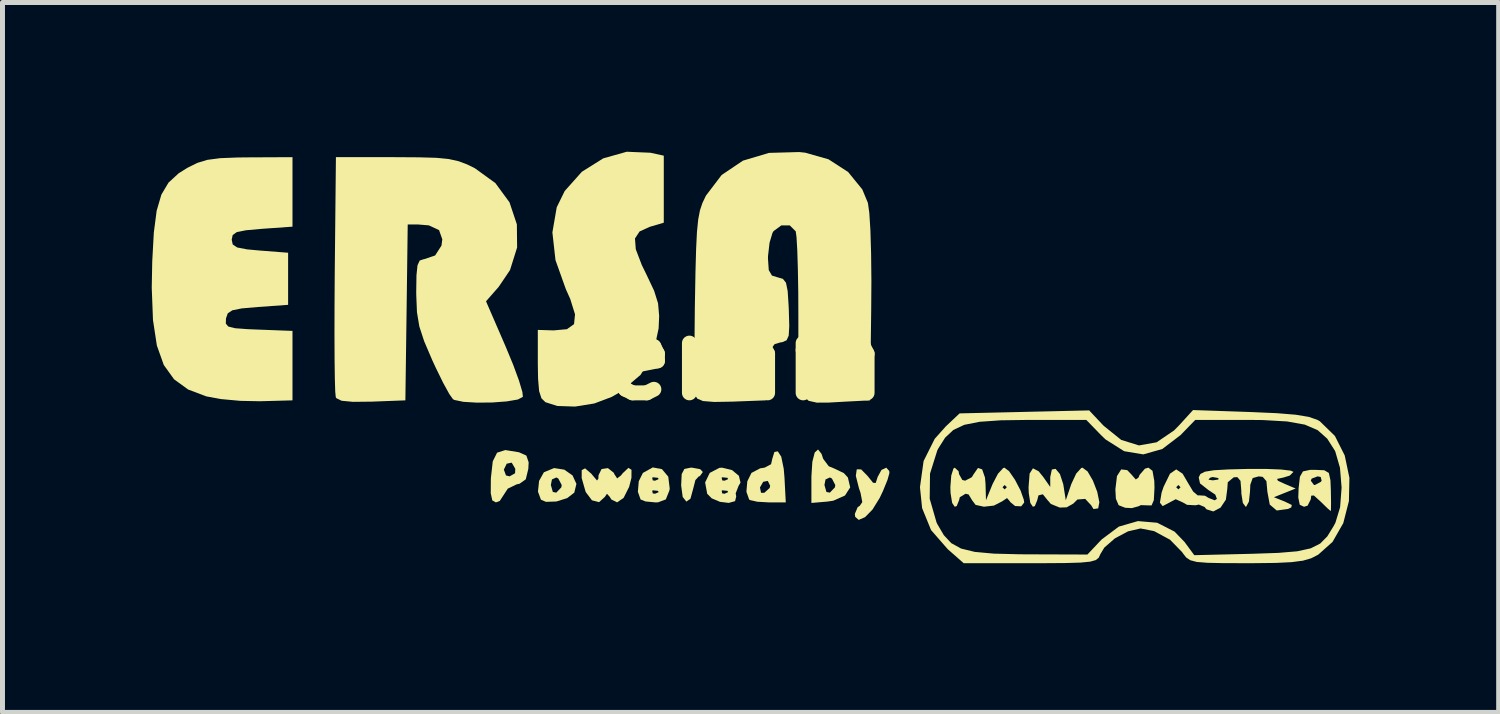
<source format=kicad_pcb>
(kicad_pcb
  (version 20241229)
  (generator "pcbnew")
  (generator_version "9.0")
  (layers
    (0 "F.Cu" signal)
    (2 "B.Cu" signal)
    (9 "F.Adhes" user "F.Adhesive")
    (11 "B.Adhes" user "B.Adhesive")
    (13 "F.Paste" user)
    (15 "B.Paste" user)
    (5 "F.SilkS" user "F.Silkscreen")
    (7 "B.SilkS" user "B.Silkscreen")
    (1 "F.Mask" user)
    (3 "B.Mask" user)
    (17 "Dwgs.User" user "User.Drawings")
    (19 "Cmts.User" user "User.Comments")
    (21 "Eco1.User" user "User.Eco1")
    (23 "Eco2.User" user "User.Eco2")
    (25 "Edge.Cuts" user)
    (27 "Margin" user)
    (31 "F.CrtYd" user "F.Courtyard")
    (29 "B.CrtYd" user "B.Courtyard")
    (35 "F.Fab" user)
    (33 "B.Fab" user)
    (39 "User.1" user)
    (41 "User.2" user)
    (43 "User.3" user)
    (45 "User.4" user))
  (footprint "erhm"
    (layer "F.Cu")
    (at 11.95 4.168)
    (property "Reference" "erhm" (at 0 0 0) (layer "F.SilkS") (effects (font (size 1.5 1.5) (thickness 0.3))))
    (attr board_only exclude_from_pos_files exclude_from_bom)
    (fp_poly (pts (xy -0.927 2.212) (xy -0.873 2.269) (xy -0.935 2.354) (xy -0.954 2.357) (xy -1.023 2.432) (xy -1.063 2.59) (xy -1.122 2.806) (xy -1.204 2.864) (xy -1.278 2.771) (xy -1.309 2.539) (xy -1.298 2.311) (xy -1.244 2.208) (xy -1.118 2.182) (xy -1.091 2.182)) (stroke (width 0) (type solid)) (fill yes) (layer "F.SilkS"))
    (fp_poly (pts (xy 8.165 2.245) (xy 8.201 2.447) (xy 8.205 2.584) (xy 8.192 2.834) (xy 8.147 2.94) (xy 8.085 2.94) (xy 7.93 2.935) (xy 7.888 2.957) (xy 7.749 2.995) (xy 7.616 2.988) (xy 7.485 2.937) (xy 7.429 2.807) (xy 7.419 2.618) (xy 7.451 2.351) (xy 7.536 2.217) (xy 7.656 2.231) (xy 7.736 2.313) (xy 7.829 2.419) (xy 7.883 2.382) (xy 7.906 2.326) (xy 8.014 2.202) (xy 8.083 2.182)) (stroke (width 0) (type solid)) (fill yes) (layer "F.SilkS"))
    (fp_poly (pts (xy -3.658 2.222) (xy -3.492 2.338) (xy -3.414 2.508) (xy -3.457 2.684) (xy -3.6 2.794) (xy -3.817 2.862) (xy -4.026 2.869) (xy -4.127 2.826) (xy -4.187 2.664) (xy -4.173 2.531) (xy -3.928 2.531) (xy -3.888 2.67) (xy -3.819 2.684) (xy -3.717 2.577) (xy -3.71 2.531) (xy -3.778 2.4) (xy -3.819 2.379) (xy -3.906 2.419) (xy -3.928 2.531) (xy -4.173 2.531) (xy -4.165 2.449) (xy -4.071 2.28) (xy -4.064 2.273) (xy -3.863 2.19)) (stroke (width 0) (type solid)) (fill yes) (layer "F.SilkS"))
    (fp_poly (pts (xy 2.874 2.249) (xy 2.877 2.291) (xy 2.838 2.429) (xy 2.745 2.657) (xy 2.68 2.793) (xy 2.537 3.024) (xy 2.387 3.177) (xy 2.26 3.232) (xy 2.189 3.17) (xy 2.182 3.112) (xy 2.239 2.976) (xy 2.281 2.949) (xy 2.332 2.874) (xy 2.297 2.69) (xy 2.265 2.595) (xy 2.202 2.347) (xy 2.221 2.215) (xy 2.309 2.217) (xy 2.437 2.347) (xy 2.549 2.486) (xy 2.602 2.489) (xy 2.641 2.368) (xy 2.717 2.228) (xy 2.814 2.182)) (stroke (width 0) (type solid)) (fill yes) (layer "F.SilkS"))
    (fp_poly (pts (xy 1.513 1.905) (xy 1.545 2.003) (xy 1.658 2.154) (xy 1.768 2.199) (xy 1.962 2.292) (xy 2.042 2.379) (xy 2.089 2.578) (xy 1.984 2.742) (xy 1.749 2.846) (xy 1.628 2.864) (xy 1.309 2.891) (xy 1.309 2.531) (xy 1.571 2.531) (xy 1.611 2.67) (xy 1.68 2.684) (xy 1.782 2.577) (xy 1.789 2.531) (xy 1.721 2.4) (xy 1.68 2.379) (xy 1.593 2.419) (xy 1.571 2.531) (xy 1.309 2.531) (xy 1.309 2.362) (xy 1.328 2.064) (xy 1.376 1.877) (xy 1.442 1.817)) (stroke (width 0) (type solid)) (fill yes) (layer "F.SilkS"))
    (fp_poly (pts (xy 0.703 1.961) (xy 0.753 2.205) (xy 0.768 2.385) (xy 0.794 2.88) (xy 0.455 2.88) (xy 0.223 2.867) (xy 0.074 2.833) (xy 0.058 2.822) (xy 0.003 2.667) (xy 0.01 2.58) (xy 0.275 2.58) (xy 0.297 2.687) (xy 0.363 2.687) (xy 0.47 2.59) (xy 0.48 2.546) (xy 0.433 2.448) (xy 0.34 2.466) (xy 0.275 2.58) (xy 0.01 2.58) (xy 0.021 2.456) (xy 0.104 2.288) (xy 0.105 2.287) (xy 0.28 2.195) (xy 0.367 2.182) (xy 0.498 2.113) (xy 0.524 2) (xy 0.565 1.867) (xy 0.633 1.854)) (stroke (width 0) (type solid)) (fill yes) (layer "F.SilkS"))
    (fp_poly (pts (xy -4.571 1.872) (xy -4.57 1.872) (xy -4.42 1.939) (xy -4.374 2.075) (xy -4.381 2.207) (xy -4.432 2.416) (xy -4.557 2.505) (xy -4.614 2.517) (xy -4.793 2.603) (xy -4.865 2.713) (xy -4.955 2.851) (xy -5.033 2.88) (xy -5.105 2.84) (xy -5.136 2.697) (xy -5.134 2.417) (xy -5.132 2.379) (xy -5.114 2.221) (xy -4.873 2.221) (xy -4.83 2.338) (xy -4.757 2.357) (xy -4.647 2.294) (xy -4.643 2.204) (xy -4.715 2.081) (xy -4.815 2.102) (xy -4.873 2.221) (xy -5.114 2.221) (xy -5.096 2.056) (xy -5.009 1.881) (xy -4.843 1.828)) (stroke (width 0) (type solid)) (fill yes) (layer "F.SilkS"))
    (fp_poly (pts (xy -2.307 2.225) (xy -2.308 2.387) (xy -2.355 2.569) (xy -2.466 2.79) (xy -2.596 2.879) (xy -2.713 2.821) (xy -2.742 2.771) (xy -2.8 2.707) (xy -2.844 2.771) (xy -2.959 2.875) (xy -3.102 2.838) (xy -3.224 2.676) (xy -3.232 2.657) (xy -3.308 2.392) (xy -3.308 2.232) (xy -3.24 2.196) (xy -3.113 2.305) (xy -3.089 2.335) (xy -3 2.44) (xy -2.973 2.403) (xy -2.97 2.335) (xy -2.909 2.21) (xy -2.781 2.191) (xy -2.665 2.283) (xy -2.649 2.316) (xy -2.595 2.398) (xy -2.517 2.337) (xy -2.484 2.294) (xy -2.369 2.186)) (stroke (width 0) (type solid)) (fill yes) (layer "F.SilkS"))
    (fp_poly (pts (xy -1.695 2.212) (xy -1.568 2.363) (xy -1.539 2.602) (xy -1.545 2.64) (xy -1.617 2.82) (xy -1.774 2.879) (xy -1.829 2.88) (xy -2.025 2.861) (xy -2.124 2.822) (xy -2.179 2.667) (xy -2.177 2.648) (xy -1.891 2.648) (xy -1.879 2.7) (xy -1.833 2.706) (xy -1.761 2.674) (xy -1.775 2.648) (xy -1.878 2.637) (xy -1.891 2.648) (xy -2.177 2.648) (xy -2.161 2.456) (xy -2.127 2.386) (xy -1.891 2.386) (xy -1.879 2.438) (xy -1.833 2.444) (xy -1.761 2.412) (xy -1.775 2.386) (xy -1.878 2.375) (xy -1.891 2.386) (xy -2.127 2.386) (xy -2.078 2.288) (xy -2.077 2.287) (xy -1.879 2.177)) (stroke (width 0) (type solid)) (fill yes) (layer "F.SilkS"))
    (fp_poly (pts (xy -0.286 2.231) (xy -0.148 2.346) (xy -0.116 2.483) (xy -0.154 2.546) (xy -0.213 2.699) (xy -0.202 2.76) (xy -0.225 2.855) (xy -0.352 2.89) (xy -0.528 2.869) (xy -0.694 2.799) (xy -0.786 2.706) (xy -0.796 2.648) (xy -0.495 2.648) (xy -0.483 2.7) (xy -0.436 2.706) (xy -0.365 2.674) (xy -0.378 2.648) (xy -0.482 2.637) (xy -0.495 2.648) (xy -0.796 2.648) (xy -0.827 2.479) (xy -0.782 2.386) (xy -0.495 2.386) (xy -0.483 2.438) (xy -0.436 2.444) (xy -0.365 2.412) (xy -0.378 2.386) (xy -0.482 2.375) (xy -0.495 2.386) (xy -0.782 2.386) (xy -0.734 2.287) (xy -0.541 2.186) (xy -0.488 2.182)) (stroke (width 0) (type solid)) (fill yes) (layer "F.SilkS"))
    (fp_poly (pts (xy 11.618 2.234) (xy 11.709 2.288) (xy 11.742 2.436) (xy 11.75 2.64) (xy 11.754 2.882) (xy 11.752 3.032) (xy 11.748 3.055) (xy 11.685 3.001) (xy 11.549 2.869) (xy 11.541 2.861) (xy 11.408 2.741) (xy 11.355 2.745) (xy 11.347 2.817) (xy 11.283 2.945) (xy 11.211 2.968) (xy 11.125 2.928) (xy 11.095 2.782) (xy 11.102 2.597) (xy 11.119 2.444) (xy 11.347 2.444) (xy 11.41 2.529) (xy 11.429 2.531) (xy 11.547 2.468) (xy 11.565 2.444) (xy 11.546 2.369) (xy 11.483 2.357) (xy 11.364 2.402) (xy 11.347 2.444) (xy 11.119 2.444) (xy 11.128 2.364) (xy 11.189 2.257) (xy 11.328 2.227) (xy 11.434 2.226)) (stroke (width 0) (type solid)) (fill yes) (layer "F.SilkS"))
    (fp_poly (pts (xy 6.86 2.258) (xy 6.967 2.441) (xy 7.055 2.669) (xy 7.097 2.877) (xy 7.073 3) (xy 6.979 3.014) (xy 6.933 2.939) (xy 6.813 2.81) (xy 6.656 2.822) (xy 6.573 2.904) (xy 6.441 2.979) (xy 6.301 2.984) (xy 6.123 2.912) (xy 6.052 2.83) (xy 5.961 2.717) (xy 5.873 2.739) (xy 5.848 2.837) (xy 5.801 2.953) (xy 5.761 2.968) (xy 5.709 2.89) (xy 5.678 2.692) (xy 5.674 2.575) (xy 5.695 2.301) (xy 5.762 2.195) (xy 5.877 2.255) (xy 5.974 2.376) (xy 6.11 2.57) (xy 6.11 2.369) (xy 6.142 2.219) (xy 6.217 2.206) (xy 6.304 2.31) (xy 6.37 2.51) (xy 6.375 2.538) (xy 6.422 2.837) (xy 6.534 2.509) (xy 6.631 2.302) (xy 6.733 2.189) (xy 6.758 2.182)) (stroke (width 0) (type solid)) (fill yes) (layer "F.SilkS"))
    (fp_poly (pts (xy -1.927 -4.148) (xy -1.658 -4.089) (xy -1.658 -3.415) (xy -1.658 -2.742) (xy -1.942 -2.658) (xy -2.144 -2.566) (xy -2.237 -2.425) (xy -2.221 -2.208) (xy -2.099 -1.889) (xy -2.005 -1.697) (xy -1.852 -1.373) (xy -1.773 -1.121) (xy -1.751 -0.866) (xy -1.762 -0.617) (xy -1.871 -0.105) (xy -2.124 0.316) (xy -2.527 0.658) (xy -2.705 0.76) (xy -3.055 0.892) (xy -3.442 0.954) (xy -3.799 0.942) (xy -4.037 0.866) (xy -4.117 0.788) (xy -4.164 0.642) (xy -4.185 0.392) (xy -4.19 0.095) (xy -4.19 -0.587) (xy -3.874 -0.577) (xy -3.605 -0.601) (xy -3.462 -0.703) (xy -3.442 -0.9) (xy -3.538 -1.208) (xy -3.626 -1.404) (xy -3.835 -1.99) (xy -3.897 -2.547) (xy -3.81 -3.051) (xy -3.65 -3.378) (xy -3.304 -3.766) (xy -2.875 -4.035) (xy -2.402 -4.168)) (stroke (width 0) (type solid)) (fill yes) (layer "F.SilkS"))
    (fp_poly (pts (xy 5.282 2.253) (xy 5.401 2.426) (xy 5.512 2.638) (xy 5.579 2.828) (xy 5.586 2.883) (xy 5.526 2.959) (xy 5.403 2.953) (xy 5.304 2.871) (xy 5.299 2.859) (xy 5.241 2.793) (xy 5.143 2.859) (xy 4.978 2.944) (xy 4.777 2.967) (xy 4.609 2.93) (xy 4.539 2.837) (xy 4.469 2.721) (xy 4.408 2.706) (xy 4.292 2.776) (xy 4.277 2.837) (xy 4.23 2.953) (xy 4.19 2.968) (xy 4.138 2.89) (xy 4.106 2.692) (xy 4.102 2.575) (xy 4.12 2.341) (xy 4.164 2.2) (xy 4.19 2.182) (xy 4.267 2.253) (xy 4.277 2.313) (xy 4.342 2.429) (xy 4.399 2.444) (xy 4.533 2.374) (xy 4.57 2.313) (xy 4.657 2.188) (xy 4.741 2.216) (xy 4.798 2.38) (xy 4.809 2.509) (xy 4.818 2.837) (xy 4.925 2.575) (xy 5.15 2.575) (xy 5.193 2.619) (xy 5.237 2.575) (xy 5.193 2.531) (xy 5.15 2.575) (xy 4.925 2.575) (xy 4.952 2.509) (xy 5.059 2.304) (xy 5.164 2.19) (xy 5.189 2.182)) (stroke (width 0) (type solid)) (fill yes) (layer "F.SilkS"))
    (fp_poly (pts (xy -9.121 -3.36) (xy -9.121 -2.662) (xy -9.732 -2.619) (xy -10.055 -2.59) (xy -10.24 -2.553) (xy -10.323 -2.494) (xy -10.343 -2.4) (xy -10.343 -2.4) (xy -10.322 -2.304) (xy -10.233 -2.244) (xy -10.037 -2.206) (xy -9.776 -2.182) (xy -9.209 -2.138) (xy -9.209 -1.615) (xy -9.209 -1.091) (xy -9.82 -1.047) (xy -10.143 -1.019) (xy -10.33 -0.981) (xy -10.422 -0.92) (xy -10.457 -0.82) (xy -10.458 -0.811) (xy -10.461 -0.714) (xy -10.412 -0.655) (xy -10.278 -0.621) (xy -10.024 -0.602) (xy -9.803 -0.593) (xy -9.121 -0.567) (xy -9.121 0.131) (xy -9.121 0.829) (xy -9.776 0.847) (xy -10.171 0.839) (xy -10.563 0.803) (xy -10.854 0.749) (xy -11.219 0.611) (xy -11.501 0.406) (xy -11.708 0.118) (xy -11.847 -0.273) (xy -11.925 -0.785) (xy -11.95 -1.435) (xy -11.94 -1.964) (xy -11.908 -2.545) (xy -11.851 -2.983) (xy -11.756 -3.307) (xy -11.613 -3.547) (xy -11.41 -3.734) (xy -11.235 -3.844) (xy -11.036 -3.943) (xy -10.832 -4.005) (xy -10.573 -4.039) (xy -10.211 -4.053) (xy -9.994 -4.055) (xy -9.121 -4.059)) (stroke (width 0) (type solid)) (fill yes) (layer "F.SilkS"))
    (fp_poly (pts (xy -6.582 -4.056) (xy -6.231 -4.046) (xy -5.978 -4.021) (xy -5.783 -3.978) (xy -5.606 -3.911) (xy -5.456 -3.837) (xy -5.043 -3.538) (xy -4.759 -3.151) (xy -4.611 -2.708) (xy -4.606 -2.244) (xy -4.749 -1.789) (xy -4.976 -1.453) (xy -5.231 -1.162) (xy -4.839 -0.258) (xy -4.685 0.114) (xy -4.568 0.433) (xy -4.5 0.662) (xy -4.49 0.759) (xy -4.591 0.812) (xy -4.813 0.85) (xy -5.105 0.872) (xy -5.413 0.875) (xy -5.684 0.859) (xy -5.867 0.821) (xy -5.895 0.806) (xy -5.969 0.702) (xy -6.092 0.478) (xy -6.241 0.174) (xy -6.31 0.025) (xy -6.474 -0.358) (xy -6.572 -0.658) (xy -6.619 -0.943) (xy -6.633 -1.283) (xy -6.634 -1.35) (xy -6.629 -1.687) (xy -6.608 -1.886) (xy -6.564 -1.981) (xy -6.488 -2.007) (xy -6.477 -2.008) (xy -6.254 -2.083) (xy -6.126 -2.282) (xy -6.11 -2.408) (xy -6.175 -2.593) (xy -6.379 -2.688) (xy -6.595 -2.706) (xy -6.805 -2.706) (xy -6.828 -0.938) (xy -6.852 0.829) (xy -7.53 0.855) (xy -7.906 0.859) (xy -8.135 0.837) (xy -8.241 0.784) (xy -8.251 0.766) (xy -8.262 0.651) (xy -8.27 0.386) (xy -8.275 -0.006) (xy -8.277 -0.5) (xy -8.276 -1.073) (xy -8.272 -1.701) (xy -8.272 -1.703) (xy -8.248 -4.059) (xy -7.068 -4.059)) (stroke (width 0) (type solid)) (fill yes) (layer "F.SilkS"))
    (fp_poly (pts (xy 1.185 -4.149) (xy 1.653 -4.016) (xy 2.047 -3.761) (xy 2.332 -3.411) (xy 2.445 -3.139) (xy 2.473 -2.939) (xy 2.495 -2.592) (xy 2.509 -2.126) (xy 2.515 -1.57) (xy 2.511 -0.988) (xy 2.488 0.829) (xy 1.968 0.856) (xy 1.653 0.874) (xy 1.419 0.875) (xy 1.255 0.839) (xy 1.147 0.743) (xy 1.085 0.565) (xy 1.055 0.283) (xy 1.047 -0.124) (xy 1.047 -0.68) (xy 1.047 -0.824) (xy 1.045 -1.343) (xy 1.037 -1.808) (xy 1.025 -2.188) (xy 1.01 -2.452) (xy 0.994 -2.568) (xy 0.875 -2.687) (xy 0.704 -2.687) (xy 0.549 -2.573) (xy 0.527 -2.537) (xy 0.468 -2.34) (xy 0.437 -2.072) (xy 0.436 -2.019) (xy 0.452 -1.789) (xy 0.516 -1.679) (xy 0.633 -1.643) (xy 0.736 -1.613) (xy 0.798 -1.535) (xy 0.832 -1.369) (xy 0.851 -1.076) (xy 0.855 -0.989) (xy 0.864 -0.663) (xy 0.853 -0.473) (xy 0.811 -0.379) (xy 0.728 -0.342) (xy 0.68 -0.334) (xy 0.57 -0.301) (xy 0.504 -0.213) (xy 0.464 -0.03) (xy 0.436 0.262) (xy 0.393 0.829) (xy -0.285 0.855) (xy -0.647 0.861) (xy -0.869 0.843) (xy -0.982 0.796) (xy -1.012 0.753) (xy -1.025 0.63) (xy -1.034 0.361) (xy -1.039 -0.026) (xy -1.039 -0.501) (xy -1.034 -1.038) (xy -1.032 -1.149) (xy -1.021 -1.757) (xy -1.008 -2.218) (xy -0.991 -2.559) (xy -0.966 -2.807) (xy -0.931 -2.99) (xy -0.882 -3.136) (xy -0.818 -3.271) (xy -0.809 -3.288) (xy -0.495 -3.701) (xy -0.067 -3.989) (xy 0.457 -4.145) (xy 1.064 -4.162)) (stroke (width 0) (type solid)) (fill yes) (layer "F.SilkS"))
    (fp_poly (pts (xy 10.748 2.219) (xy 10.944 2.242) (xy 10.998 2.267) (xy 10.924 2.341) (xy 10.802 2.379) (xy 10.669 2.408) (xy 10.686 2.445) (xy 10.823 2.508) (xy 11.042 2.601) (xy 10.823 2.689) (xy 10.605 2.776) (xy 10.823 2.863) (xy 10.965 2.932) (xy 10.954 2.981) (xy 10.889 3.012) (xy 10.662 3.043) (xy 10.522 2.924) (xy 10.474 2.665) (xy 10.455 2.453) (xy 10.38 2.367) (xy 10.3 2.357) (xy 10.179 2.391) (xy 10.131 2.524) (xy 10.125 2.662) (xy 10.103 2.864) (xy 10.049 2.965) (xy 10.038 2.968) (xy 9.981 2.891) (xy 9.951 2.701) (xy 9.951 2.656) (xy 9.934 2.447) (xy 9.87 2.372) (xy 9.798 2.376) (xy 9.678 2.475) (xy 9.668 2.612) (xy 9.64 2.825) (xy 9.532 2.986) (xy 9.388 3.062) (xy 9.25 3.019) (xy 9.211 2.972) (xy 9.097 2.924) (xy 9.03 2.938) (xy 8.86 2.929) (xy 8.771 2.879) (xy 8.632 2.816) (xy 8.508 2.882) (xy 8.369 2.955) (xy 8.314 2.885) (xy 8.348 2.684) (xy 8.385 2.575) (xy 8.641 2.575) (xy 8.685 2.619) (xy 8.729 2.575) (xy 8.685 2.531) (xy 8.641 2.575) (xy 8.385 2.575) (xy 8.39 2.562) (xy 8.517 2.303) (xy 8.642 2.217) (xy 8.77 2.303) (xy 8.872 2.477) (xy 8.982 2.661) (xy 9.076 2.741) (xy 9.096 2.738) (xy 9.219 2.746) (xy 9.292 2.79) (xy 9.415 2.838) (xy 9.46 2.81) (xy 9.427 2.723) (xy 9.287 2.63) (xy 9.12 2.498) (xy 9.104 2.423) (xy 9.29 2.423) (xy 9.376 2.437) (xy 9.489 2.421) (xy 9.49 2.391) (xy 9.374 2.37) (xy 9.323 2.384) (xy 9.29 2.423) (xy 9.104 2.423) (xy 9.094 2.378) (xy 9.128 2.309) (xy 9.219 2.263) (xy 9.398 2.234) (xy 9.694 2.217) (xy 10.061 2.208) (xy 10.441 2.207)) (stroke (width 0) (type solid)) (fill yes) (layer "F.SilkS"))
    (fp_poly (pts (xy 10.143 1.064) (xy 10.666 1.087) (xy 11.044 1.118) (xy 11.304 1.161) (xy 11.477 1.22) (xy 11.528 1.249) (xy 11.831 1.544) (xy 12.029 1.937) (xy 12.123 2.387) (xy 12.113 2.853) (xy 12 3.296) (xy 11.784 3.674) (xy 11.496 3.931) (xy 11.356 4.003) (xy 11.19 4.051) (xy 10.961 4.081) (xy 10.636 4.097) (xy 10.179 4.102) (xy 10.062 4.102) (xy 9.593 4.101) (xy 9.269 4.094) (xy 9.056 4.077) (xy 8.923 4.042) (xy 8.841 3.986) (xy 8.776 3.903) (xy 8.761 3.88) (xy 8.517 3.63) (xy 8.197 3.457) (xy 7.925 3.404) (xy 7.674 3.462) (xy 7.408 3.604) (xy 7.197 3.788) (xy 7.116 3.922) (xy 7.085 3.991) (xy 7.026 4.039) (xy 6.913 4.071) (xy 6.718 4.09) (xy 6.414 4.099) (xy 5.975 4.102) (xy 5.714 4.102) (xy 4.37 4.102) (xy 4.049 3.82) (xy 3.714 3.436) (xy 3.534 2.994) (xy 3.515 2.807) (xy 3.687 2.807) (xy 3.824 3.282) (xy 3.841 3.318) (xy 3.971 3.539) (xy 4.12 3.699) (xy 4.318 3.808) (xy 4.593 3.875) (xy 4.976 3.91) (xy 5.496 3.923) (xy 5.676 3.924) (xy 6.857 3.928) (xy 7.142 3.626) (xy 7.488 3.367) (xy 7.872 3.256) (xy 8.259 3.289) (xy 8.608 3.467) (xy 8.808 3.674) (xy 9.005 3.941) (xy 10.167 3.913) (xy 10.692 3.895) (xy 11.074 3.863) (xy 11.344 3.804) (xy 11.535 3.708) (xy 11.679 3.563) (xy 11.806 3.356) (xy 11.842 3.288) (xy 11.936 2.977) (xy 11.966 2.583) (xy 11.933 2.183) (xy 11.839 1.857) (xy 11.829 1.837) (xy 11.677 1.599) (xy 11.486 1.429) (xy 11.227 1.317) (xy 10.87 1.253) (xy 10.384 1.225) (xy 10.077 1.222) (xy 9.025 1.222) (xy 8.729 1.527) (xy 8.362 1.807) (xy 7.98 1.915) (xy 7.595 1.851) (xy 7.222 1.615) (xy 7.13 1.527) (xy 6.834 1.222) (xy 5.682 1.222) (xy 5.114 1.23) (xy 4.69 1.26) (xy 4.382 1.321) (xy 4.161 1.425) (xy 3.997 1.579) (xy 3.861 1.794) (xy 3.841 1.831) (xy 3.693 2.302) (xy 3.687 2.807) (xy 3.515 2.807) (xy 3.491 2.575) (xy 3.564 2.049) (xy 3.787 1.603) (xy 4.01 1.353) (xy 4.288 1.091) (xy 5.59 1.061) (xy 6.892 1.031) (xy 7.182 1.339) (xy 7.536 1.624) (xy 7.893 1.735) (xy 8.248 1.672) (xy 8.597 1.435) (xy 8.695 1.336) (xy 8.98 1.024)) (stroke (width 0) (type solid)) (fill yes) (layer "F.SilkS")))
  (gr_rect
    (start -3 -3)
    (end 27.073 11.27)
    (stroke (width 0.1) (type default))
    (fill no)
    (layer "Edge.Cuts")))
</source>
